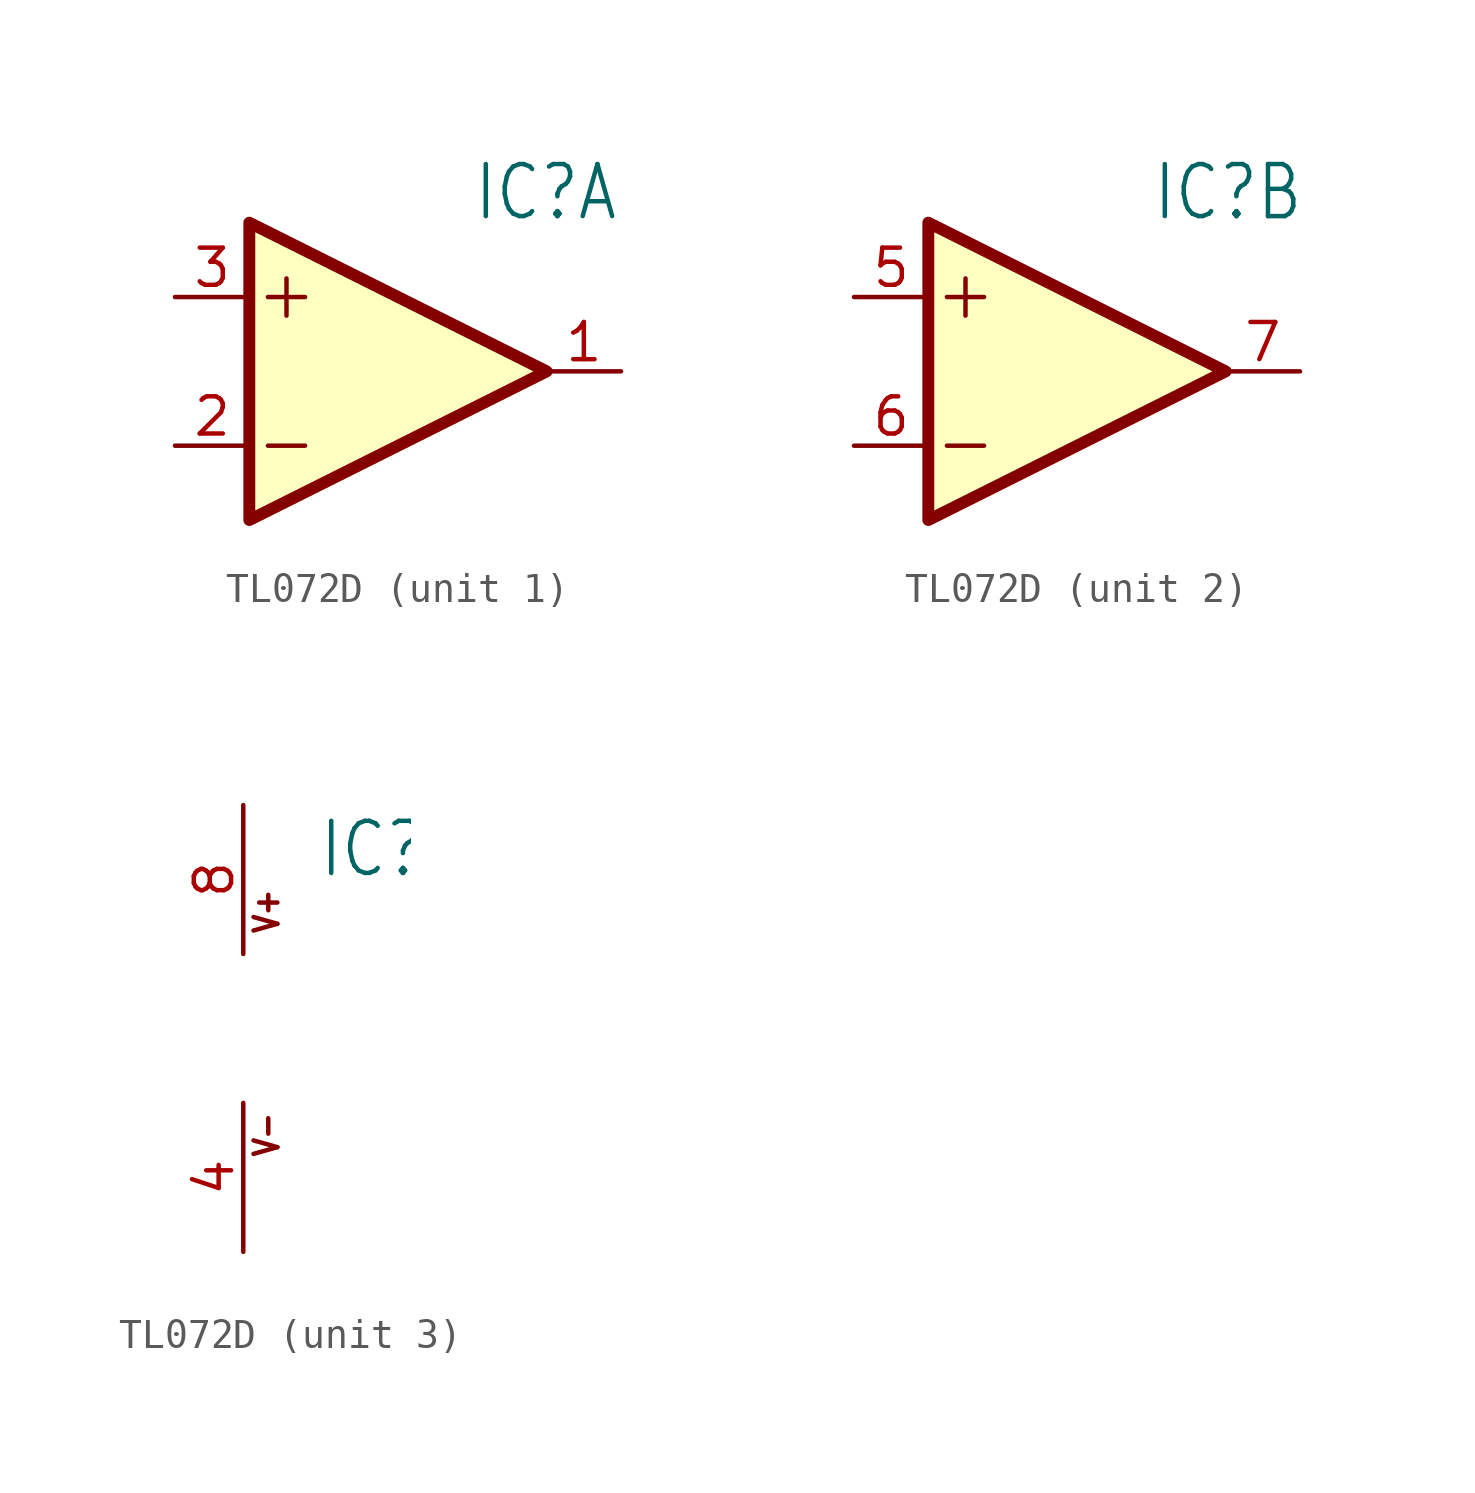
<source format=kicad_sym>
(kicad_symbol_lib
  (version 20220914)
  (generator kicad_symbol_editor)
  (symbol "TL072D"
    (property "Reference" "IC"
      (at 2.54 5.08 0)
      (effects (font (size 1.778 1.511)) (justify left bottom)))
    (property "ki_locked" ""
      (at 0 0 0)
      (effects (font (size 1.27 1.27))))
    (symbol "TL072D_1_0"
      (polyline (pts (xy -4.445 -2.54) (xy -3.175 -2.54)) (stroke (width 0.152) (type solid)) (fill (type none)))
      (polyline (pts (xy -4.445 2.54) (xy -3.175 2.54)) (stroke (width 0.152) (type solid)) (fill (type none)))
      (polyline (pts (xy -3.81 3.175) (xy -3.81 1.905)) (stroke (width 0.152) (type solid)) (fill (type none)))
      (pin output line (at 7.62 0 180) (length 2.54) (name "OUT" (effects (font (size 0 0)))) (number "1" (effects (font (size 1.27 1.27)))))
      (pin input line (at -7.62 -2.54 0) (length 2.54) (name "-IN" (effects (font (size 0 0)))) (number "2" (effects (font (size 1.27 1.27)))))
      (pin input line (at -7.62 2.54 0) (length 2.54) (name "+IN" (effects (font (size 0 0)))) (number "3" (effects (font (size 1.27 1.27))))))
    (symbol "TL072D_1_1"
      (polyline (pts (xy -5.08 5.08) (xy 5.08 0) (xy -5.08 -5.08) (xy -5.08 5.08)) (stroke (width 0.406) (type default)) (fill (type background))))
    (symbol "TL072D_2_0"
      (polyline (pts (xy -4.445 -2.54) (xy -3.175 -2.54)) (stroke (width 0.152) (type solid)) (fill (type none)))
      (polyline (pts (xy -4.445 2.54) (xy -3.175 2.54)) (stroke (width 0.152) (type solid)) (fill (type none)))
      (polyline (pts (xy -3.81 3.175) (xy -3.81 1.905)) (stroke (width 0.152) (type solid)) (fill (type none)))
      (pin input line (at -7.62 2.54 0) (length 2.54) (name "+IN" (effects (font (size 0 0)))) (number "5" (effects (font (size 1.27 1.27)))))
      (pin input line (at -7.62 -2.54 0) (length 2.54) (name "-IN" (effects (font (size 0 0)))) (number "6" (effects (font (size 1.27 1.27)))))
      (pin output line (at 7.62 0 180) (length 2.54) (name "OUT" (effects (font (size 0 0)))) (number "7" (effects (font (size 1.27 1.27))))))
    (symbol "TL072D_2_1"
      (polyline (pts (xy -5.08 5.08) (xy 5.08 0) (xy -5.08 -5.08) (xy -5.08 5.08)) (stroke (width 0.406) (type default)) (fill (type background))))
    (symbol "TL072D_3_0"
      (text "V+" (at 1.27 3.175 900) (effects (font (size 0.813 0.691)) (justify left bottom)))
      (text "V-" (at 1.27 -4.445 900) (effects (font (size 0.813 0.691)) (justify left bottom)))
      (pin power_in line (at 0 -7.62 90) (length 5.08) (name "V-" (effects (font (size 0 0)))) (number "4" (effects (font (size 1.27 1.27)))))
      (pin power_in line (at 0 7.62 270) (length 5.08) (name "V+" (effects (font (size 0 0)))) (number "8" (effects (font (size 1.27 1.27))))))))
</source>
